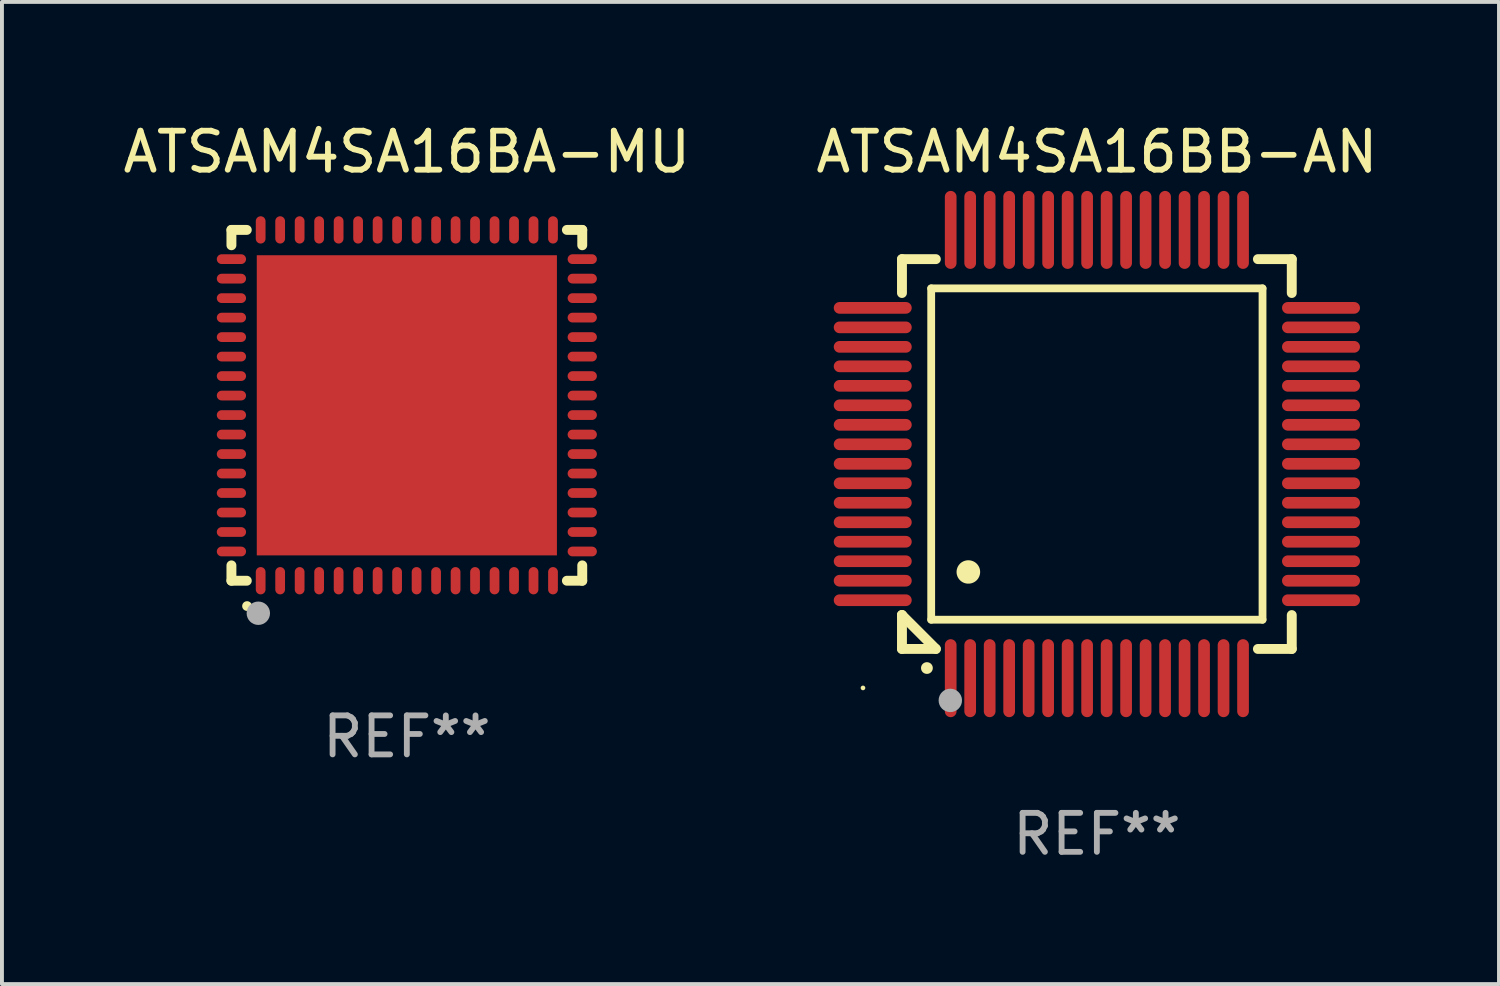
<source format=kicad_pcb>
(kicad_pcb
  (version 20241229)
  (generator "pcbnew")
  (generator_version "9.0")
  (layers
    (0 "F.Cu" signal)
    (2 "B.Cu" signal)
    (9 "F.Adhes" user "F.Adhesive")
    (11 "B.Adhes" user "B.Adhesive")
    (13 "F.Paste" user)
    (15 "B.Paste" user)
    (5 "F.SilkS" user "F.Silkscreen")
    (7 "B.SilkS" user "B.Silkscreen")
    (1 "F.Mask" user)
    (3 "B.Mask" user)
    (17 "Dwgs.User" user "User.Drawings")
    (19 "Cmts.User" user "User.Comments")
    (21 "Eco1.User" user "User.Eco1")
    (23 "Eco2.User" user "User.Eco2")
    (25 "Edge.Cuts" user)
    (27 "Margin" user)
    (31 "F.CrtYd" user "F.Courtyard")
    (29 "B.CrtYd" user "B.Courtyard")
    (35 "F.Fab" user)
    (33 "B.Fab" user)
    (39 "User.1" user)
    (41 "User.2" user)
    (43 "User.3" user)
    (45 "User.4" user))
  (footprint "ATSAM4SA16BA-MU"
    (layer "F.Cu")
    (at 7.387 7.348)
    (property "Reference" "ATSAM4SA16BA-MU" (at 0 -6.5 0) (layer "F.SilkS") (effects (font (size 1 1) (thickness 0.15))))
    (attr through_hole)
    (fp_line (start -4.5 -4.5) (end -4.106 -4.5) (stroke (width 0.254) (type solid)) (layer "F.SilkS"))
    (fp_line (start -4.5 -4.106) (end -4.5 -4.5) (stroke (width 0.254) (type solid)) (layer "F.SilkS"))
    (fp_line (start -4.5 4.5) (end -4.5 4.106) (stroke (width 0.254) (type solid)) (layer "F.SilkS"))
    (fp_line (start -4.106 4.5) (end -4.5 4.5) (stroke (width 0.254) (type solid)) (layer "F.SilkS"))
    (fp_line (start 4.106 -4.5) (end 4.5 -4.5) (stroke (width 0.254) (type solid)) (layer "F.SilkS"))
    (fp_line (start 4.5 -4.5) (end 4.5 -4.106) (stroke (width 0.254) (type solid)) (layer "F.SilkS"))
    (fp_line (start 4.5 4.106) (end 4.5 4.5) (stroke (width 0.254) (type solid)) (layer "F.SilkS"))
    (fp_line (start 4.5 4.5) (end 4.106 4.5) (stroke (width 0.254) (type solid)) (layer "F.SilkS"))
    (fp_arc (start -4.099987 5.149898) (mid -4.098717 5.149892) (end -4.097447 5.149898) (stroke (width 0.24892) (type solid)) (layer "F.SilkS"))
    (fp_circle (center -4.5 4.5) (end -4.47 4.5) (stroke (width 0.06) (type solid)) (fill no) (layer "F.SilkS"))
    (fp_circle (center -3.81 5.334) (end -3.66 5.334) (stroke (width 0.3) (type solid)) (fill no) (layer "F.Fab"))
    (fp_text user "REF**" (at 0 8.5 0) (layer "F.Fab") (effects (font (size 1 1) (thickness 0.15))))
    (pad "1" smd oval (at -3.75 4.5) (size 0.25 0.7) (layers "F.Cu" "F.Mask" "F.Paste"))
    (pad "2" smd oval (at -3.25 4.5) (size 0.25 0.7) (layers "F.Cu" "F.Mask" "F.Paste"))
    (pad "3" smd oval (at -2.75 4.5) (size 0.25 0.7) (layers "F.Cu" "F.Mask" "F.Paste"))
    (pad "4" smd oval (at -2.25 4.5) (size 0.25 0.7) (layers "F.Cu" "F.Mask" "F.Paste"))
    (pad "5" smd oval (at -1.75 4.5) (size 0.25 0.7) (layers "F.Cu" "F.Mask" "F.Paste"))
    (pad "6" smd oval (at -1.25 4.5) (size 0.25 0.7) (layers "F.Cu" "F.Mask" "F.Paste"))
    (pad "7" smd oval (at -0.75 4.5) (size 0.25 0.7) (layers "F.Cu" "F.Mask" "F.Paste"))
    (pad "8" smd oval (at -0.25 4.5) (size 0.25 0.7) (layers "F.Cu" "F.Mask" "F.Paste"))
    (pad "9" smd oval (at 0.25 4.5) (size 0.25 0.7) (layers "F.Cu" "F.Mask" "F.Paste"))
    (pad "10" smd oval (at 0.75 4.5) (size 0.25 0.7) (layers "F.Cu" "F.Mask" "F.Paste"))
    (pad "11" smd oval (at 1.25 4.5) (size 0.25 0.7) (layers "F.Cu" "F.Mask" "F.Paste"))
    (pad "12" smd oval (at 1.75 4.5) (size 0.25 0.7) (layers "F.Cu" "F.Mask" "F.Paste"))
    (pad "13" smd oval (at 2.25 4.5) (size 0.25 0.7) (layers "F.Cu" "F.Mask" "F.Paste"))
    (pad "14" smd oval (at 2.75 4.5) (size 0.25 0.7) (layers "F.Cu" "F.Mask" "F.Paste"))
    (pad "15" smd oval (at 3.25 4.5) (size 0.25 0.7) (layers "F.Cu" "F.Mask" "F.Paste"))
    (pad "16" smd oval (at 3.75 4.5) (size 0.25 0.7) (layers "F.Cu" "F.Mask" "F.Paste"))
    (pad "17" smd oval (at 4.5 3.75) (size 0.75 0.25) (layers "F.Cu" "F.Mask" "F.Paste"))
    (pad "18" smd oval (at 4.5 3.25) (size 0.75 0.25) (layers "F.Cu" "F.Mask" "F.Paste"))
    (pad "19" smd oval (at 4.5 2.75) (size 0.75 0.25) (layers "F.Cu" "F.Mask" "F.Paste"))
    (pad "20" smd oval (at 4.5 2.25) (size 0.75 0.25) (layers "F.Cu" "F.Mask" "F.Paste"))
    (pad "21" smd oval (at 4.5 1.75) (size 0.75 0.25) (layers "F.Cu" "F.Mask" "F.Paste"))
    (pad "22" smd oval (at 4.5 1.25) (size 0.75 0.25) (layers "F.Cu" "F.Mask" "F.Paste"))
    (pad "23" smd oval (at 4.5 0.75) (size 0.75 0.25) (layers "F.Cu" "F.Mask" "F.Paste"))
    (pad "24" smd oval (at 4.5 0.25) (size 0.75 0.25) (layers "F.Cu" "F.Mask" "F.Paste"))
    (pad "25" smd oval (at 4.5 -0.25) (size 0.75 0.25) (layers "F.Cu" "F.Mask" "F.Paste"))
    (pad "26" smd oval (at 4.5 -0.75) (size 0.75 0.25) (layers "F.Cu" "F.Mask" "F.Paste"))
    (pad "27" smd oval (at 4.5 -1.25) (size 0.75 0.25) (layers "F.Cu" "F.Mask" "F.Paste"))
    (pad "28" smd oval (at 4.5 -1.75) (size 0.75 0.25) (layers "F.Cu" "F.Mask" "F.Paste"))
    (pad "29" smd oval (at 4.5 -2.25) (size 0.75 0.25) (layers "F.Cu" "F.Mask" "F.Paste"))
    (pad "30" smd oval (at 4.5 -2.75) (size 0.75 0.25) (layers "F.Cu" "F.Mask" "F.Paste"))
    (pad "31" smd oval (at 4.5 -3.25) (size 0.75 0.25) (layers "F.Cu" "F.Mask" "F.Paste"))
    (pad "32" smd oval (at 4.5 -3.75) (size 0.75 0.25) (layers "F.Cu" "F.Mask" "F.Paste"))
    (pad "33" smd oval (at 3.75 -4.5) (size 0.25 0.7) (layers "F.Cu" "F.Mask" "F.Paste"))
    (pad "34" smd oval (at 3.25 -4.5) (size 0.25 0.7) (layers "F.Cu" "F.Mask" "F.Paste"))
    (pad "35" smd oval (at 2.75 -4.5) (size 0.25 0.7) (layers "F.Cu" "F.Mask" "F.Paste"))
    (pad "36" smd oval (at 2.25 -4.5) (size 0.25 0.7) (layers "F.Cu" "F.Mask" "F.Paste"))
    (pad "37" smd oval (at 1.75 -4.5) (size 0.25 0.7) (layers "F.Cu" "F.Mask" "F.Paste"))
    (pad "38" smd oval (at 1.25 -4.5) (size 0.25 0.7) (layers "F.Cu" "F.Mask" "F.Paste"))
    (pad "39" smd oval (at 0.75 -4.5) (size 0.25 0.7) (layers "F.Cu" "F.Mask" "F.Paste"))
    (pad "40" smd oval (at 0.25 -4.5) (size 0.25 0.7) (layers "F.Cu" "F.Mask" "F.Paste"))
    (pad "41" smd oval (at -0.25 -4.5) (size 0.25 0.7) (layers "F.Cu" "F.Mask" "F.Paste"))
    (pad "42" smd oval (at -0.75 -4.5) (size 0.25 0.7) (layers "F.Cu" "F.Mask" "F.Paste"))
    (pad "43" smd oval (at -1.25 -4.5) (size 0.25 0.7) (layers "F.Cu" "F.Mask" "F.Paste"))
    (pad "44" smd oval (at -1.75 -4.5) (size 0.25 0.7) (layers "F.Cu" "F.Mask" "F.Paste"))
    (pad "45" smd oval (at -2.25 -4.5) (size 0.25 0.7) (layers "F.Cu" "F.Mask" "F.Paste"))
    (pad "46" smd oval (at -2.75 -4.5) (size 0.25 0.7) (layers "F.Cu" "F.Mask" "F.Paste"))
    (pad "47" smd oval (at -3.25 -4.5) (size 0.25 0.7) (layers "F.Cu" "F.Mask" "F.Paste"))
    (pad "48" smd oval (at -3.75 -4.5) (size 0.25 0.7) (layers "F.Cu" "F.Mask" "F.Paste"))
    (pad "49" smd oval (at -4.5 -3.75) (size 0.75 0.25) (layers "F.Cu" "F.Mask" "F.Paste"))
    (pad "50" smd oval (at -4.5 -3.25) (size 0.75 0.25) (layers "F.Cu" "F.Mask" "F.Paste"))
    (pad "51" smd oval (at -4.5 -2.75) (size 0.75 0.25) (layers "F.Cu" "F.Mask" "F.Paste"))
    (pad "52" smd oval (at -4.5 -2.25) (size 0.75 0.25) (layers "F.Cu" "F.Mask" "F.Paste"))
    (pad "53" smd oval (at -4.5 -1.75) (size 0.75 0.25) (layers "F.Cu" "F.Mask" "F.Paste"))
    (pad "54" smd oval (at -4.5 -1.25) (size 0.75 0.25) (layers "F.Cu" "F.Mask" "F.Paste"))
    (pad "55" smd oval (at -4.5 -0.75) (size 0.75 0.25) (layers "F.Cu" "F.Mask" "F.Paste"))
    (pad "56" smd oval (at -4.5 -0.25) (size 0.75 0.25) (layers "F.Cu" "F.Mask" "F.Paste"))
    (pad "57" smd oval (at -4.5 0.25) (size 0.75 0.25) (layers "F.Cu" "F.Mask" "F.Paste"))
    (pad "58" smd oval (at -4.5 0.75) (size 0.75 0.25) (layers "F.Cu" "F.Mask" "F.Paste"))
    (pad "59" smd oval (at -4.5 1.25) (size 0.75 0.25) (layers "F.Cu" "F.Mask" "F.Paste"))
    (pad "60" smd oval (at -4.5 1.75) (size 0.75 0.25) (layers "F.Cu" "F.Mask" "F.Paste"))
    (pad "61" smd oval (at -4.5 2.25) (size 0.75 0.25) (layers "F.Cu" "F.Mask" "F.Paste"))
    (pad "62" smd oval (at -4.5 2.75) (size 0.75 0.25) (layers "F.Cu" "F.Mask" "F.Paste"))
    (pad "63" smd oval (at -4.5 3.25) (size 0.75 0.25) (layers "F.Cu" "F.Mask" "F.Paste"))
    (pad "64" smd oval (at -4.5 3.75) (size 0.75 0.25) (layers "F.Cu" "F.Mask" "F.Paste"))
    (pad "65" smd rect (at 0.000394 -0.000013) (size 7.7 7.7) (layers "F.Cu" "F.Mask" "F.Paste")))
  (footprint "ATSAM4SA16BB-AN"
    (layer "F.Cu")
    (at 25.089 8.598)
    (property "Reference" "ATSAM4SA16BB-AN" (at 0 -7.75 0) (layer "F.SilkS") (effects (font (size 1 1) (thickness 0.15))))
    (attr through_hole)
    (fp_line (start -5 -5) (end -4.131 -5) (stroke (width 0.254) (type solid)) (layer "F.SilkS"))
    (fp_line (start -5 -4.131) (end -5 -5) (stroke (width 0.254) (type solid)) (layer "F.SilkS"))
    (fp_line (start -5 4.131) (end -5 4.131) (stroke (width 0.254) (type solid)) (layer "F.SilkS"))
    (fp_line (start -5 5) (end -5 4.131) (stroke (width 0.254) (type solid)) (layer "F.SilkS"))
    (fp_line (start -5 4.131) (end -4.131 5) (stroke (width 0.254) (type solid)) (layer "F.SilkS"))
    (fp_line (start -4.25 -4.25) (end -4.25 4.25) (stroke (width 0.2) (type solid)) (layer "F.SilkS"))
    (fp_line (start -4.25 4.25) (end 4.25 4.25) (stroke (width 0.2) (type solid)) (layer "F.SilkS"))
    (fp_line (start -4.131 5) (end -5 5) (stroke (width 0.254) (type solid)) (layer "F.SilkS"))
    (fp_line (start 4.25 -4.25) (end -4.25 -4.25) (stroke (width 0.2) (type solid)) (layer "F.SilkS"))
    (fp_line (start 4.25 4.25) (end 4.25 -4.25) (stroke (width 0.2) (type solid)) (layer "F.SilkS"))
    (fp_line (start 5 -5) (end 4.131 -5) (stroke (width 0.254) (type solid)) (layer "F.SilkS"))
    (fp_line (start 5 -5) (end 5 -4.131) (stroke (width 0.254) (type solid)) (layer "F.SilkS"))
    (fp_line (start 5 4.131) (end 5 5) (stroke (width 0.254) (type solid)) (layer "F.SilkS"))
    (fp_line (start 5 5) (end 4.131 5) (stroke (width 0.254) (type solid)) (layer "F.SilkS"))
    (fp_arc (start -4.361265 5.489992) (mid -4.359995 5.489987) (end -4.358725 5.489992) (stroke (width 0.3) (type solid)) (layer "F.SilkS"))
    (fp_arc (start -3.299467 3.025146) (mid -3.296927 3.025135) (end -3.294387 3.025146) (stroke (width 0.6) (type solid)) (layer "F.SilkS"))
    (fp_circle (center -6 6) (end -5.97 6) (stroke (width 0.06) (type solid)) (fill no) (layer "F.SilkS"))
    (fp_circle (center -3.76 6.32) (end -3.61 6.32) (stroke (width 0.3) (type solid)) (fill no) (layer "F.Fab"))
    (fp_text user "REF**" (at 0 9.75 0) (layer "F.Fab") (effects (font (size 1 1) (thickness 0.15))))
    (pad "1" smd oval (at -3.75 5.75) (size 0.3 2) (layers "F.Cu" "F.Mask" "F.Paste"))
    (pad "2" smd oval (at -3.25 5.75) (size 0.3 2) (layers "F.Cu" "F.Mask" "F.Paste"))
    (pad "3" smd oval (at -2.75 5.75) (size 0.3 2) (layers "F.Cu" "F.Mask" "F.Paste"))
    (pad "4" smd oval (at -2.25 5.75) (size 0.3 2) (layers "F.Cu" "F.Mask" "F.Paste"))
    (pad "5" smd oval (at -1.75 5.75) (size 0.3 2) (layers "F.Cu" "F.Mask" "F.Paste"))
    (pad "6" smd oval (at -1.25 5.75) (size 0.3 2) (layers "F.Cu" "F.Mask" "F.Paste"))
    (pad "7" smd oval (at -0.75 5.75) (size 0.3 2) (layers "F.Cu" "F.Mask" "F.Paste"))
    (pad "8" smd oval (at -0.25 5.75) (size 0.3 2) (layers "F.Cu" "F.Mask" "F.Paste"))
    (pad "9" smd oval (at 0.25 5.75) (size 0.3 2) (layers "F.Cu" "F.Mask" "F.Paste"))
    (pad "10" smd oval (at 0.75 5.75) (size 0.3 2) (layers "F.Cu" "F.Mask" "F.Paste"))
    (pad "11" smd oval (at 1.25 5.75) (size 0.3 2) (layers "F.Cu" "F.Mask" "F.Paste"))
    (pad "12" smd oval (at 1.75 5.75) (size 0.3 2) (layers "F.Cu" "F.Mask" "F.Paste"))
    (pad "13" smd oval (at 2.25 5.75) (size 0.3 2) (layers "F.Cu" "F.Mask" "F.Paste"))
    (pad "14" smd oval (at 2.75 5.75) (size 0.3 2) (layers "F.Cu" "F.Mask" "F.Paste"))
    (pad "15" smd oval (at 3.25 5.75) (size 0.3 2) (layers "F.Cu" "F.Mask" "F.Paste"))
    (pad "16" smd oval (at 3.75 5.75) (size 0.3 2) (layers "F.Cu" "F.Mask" "F.Paste"))
    (pad "17" smd oval (at 5.75 3.75) (size 2 0.3) (layers "F.Cu" "F.Mask" "F.Paste"))
    (pad "18" smd oval (at 5.75 3.25) (size 2 0.3) (layers "F.Cu" "F.Mask" "F.Paste"))
    (pad "19" smd oval (at 5.75 2.75) (size 2 0.3) (layers "F.Cu" "F.Mask" "F.Paste"))
    (pad "20" smd oval (at 5.75 2.25) (size 2 0.3) (layers "F.Cu" "F.Mask" "F.Paste"))
    (pad "21" smd oval (at 5.75 1.75) (size 2 0.3) (layers "F.Cu" "F.Mask" "F.Paste"))
    (pad "22" smd oval (at 5.75 1.25) (size 2 0.3) (layers "F.Cu" "F.Mask" "F.Paste"))
    (pad "23" smd oval (at 5.75 0.75) (size 2 0.3) (layers "F.Cu" "F.Mask" "F.Paste"))
    (pad "24" smd oval (at 5.75 0.25) (size 2 0.3) (layers "F.Cu" "F.Mask" "F.Paste"))
    (pad "25" smd oval (at 5.75 -0.25) (size 2 0.3) (layers "F.Cu" "F.Mask" "F.Paste"))
    (pad "26" smd oval (at 5.75 -0.75) (size 2 0.3) (layers "F.Cu" "F.Mask" "F.Paste"))
    (pad "27" smd oval (at 5.75 -1.25) (size 2 0.3) (layers "F.Cu" "F.Mask" "F.Paste"))
    (pad "28" smd oval (at 5.75 -1.75) (size 2 0.3) (layers "F.Cu" "F.Mask" "F.Paste"))
    (pad "29" smd oval (at 5.75 -2.25) (size 2 0.3) (layers "F.Cu" "F.Mask" "F.Paste"))
    (pad "30" smd oval (at 5.75 -2.75) (size 2 0.3) (layers "F.Cu" "F.Mask" "F.Paste"))
    (pad "31" smd oval (at 5.75 -3.25) (size 2 0.3) (layers "F.Cu" "F.Mask" "F.Paste"))
    (pad "32" smd oval (at 5.75 -3.75) (size 2 0.3) (layers "F.Cu" "F.Mask" "F.Paste"))
    (pad "33" smd oval (at 3.75 -5.75) (size 0.3 2) (layers "F.Cu" "F.Mask" "F.Paste"))
    (pad "34" smd oval (at 3.25 -5.75) (size 0.3 2) (layers "F.Cu" "F.Mask" "F.Paste"))
    (pad "35" smd oval (at 2.75 -5.75) (size 0.3 2) (layers "F.Cu" "F.Mask" "F.Paste"))
    (pad "36" smd oval (at 2.25 -5.75) (size 0.3 2) (layers "F.Cu" "F.Mask" "F.Paste"))
    (pad "37" smd oval (at 1.75 -5.75) (size 0.3 2) (layers "F.Cu" "F.Mask" "F.Paste"))
    (pad "38" smd oval (at 1.25 -5.75) (size 0.3 2) (layers "F.Cu" "F.Mask" "F.Paste"))
    (pad "39" smd oval (at 0.75 -5.75) (size 0.3 2) (layers "F.Cu" "F.Mask" "F.Paste"))
    (pad "40" smd oval (at 0.25 -5.75) (size 0.3 2) (layers "F.Cu" "F.Mask" "F.Paste"))
    (pad "41" smd oval (at -0.25 -5.75) (size 0.3 2) (layers "F.Cu" "F.Mask" "F.Paste"))
    (pad "42" smd oval (at -0.75 -5.75) (size 0.3 2) (layers "F.Cu" "F.Mask" "F.Paste"))
    (pad "43" smd oval (at -1.25 -5.75) (size 0.3 2) (layers "F.Cu" "F.Mask" "F.Paste"))
    (pad "44" smd oval (at -1.75 -5.75) (size 0.3 2) (layers "F.Cu" "F.Mask" "F.Paste"))
    (pad "45" smd oval (at -2.25 -5.75) (size 0.3 2) (layers "F.Cu" "F.Mask" "F.Paste"))
    (pad "46" smd oval (at -2.75 -5.75) (size 0.3 2) (layers "F.Cu" "F.Mask" "F.Paste"))
    (pad "47" smd oval (at -3.25 -5.75) (size 0.3 2) (layers "F.Cu" "F.Mask" "F.Paste"))
    (pad "48" smd oval (at -3.75 -5.75) (size 0.3 2) (layers "F.Cu" "F.Mask" "F.Paste"))
    (pad "49" smd oval (at -5.75 -3.75) (size 2 0.3) (layers "F.Cu" "F.Mask" "F.Paste"))
    (pad "50" smd oval (at -5.75 -3.25) (size 2 0.3) (layers "F.Cu" "F.Mask" "F.Paste"))
    (pad "51" smd oval (at -5.75 -2.75) (size 2 0.3) (layers "F.Cu" "F.Mask" "F.Paste"))
    (pad "52" smd oval (at -5.75 -2.25) (size 2 0.3) (layers "F.Cu" "F.Mask" "F.Paste"))
    (pad "53" smd oval (at -5.75 -1.75) (size 2 0.3) (layers "F.Cu" "F.Mask" "F.Paste"))
    (pad "54" smd oval (at -5.75 -1.25) (size 2 0.3) (layers "F.Cu" "F.Mask" "F.Paste"))
    (pad "55" smd oval (at -5.75 -0.75) (size 2 0.3) (layers "F.Cu" "F.Mask" "F.Paste"))
    (pad "56" smd oval (at -5.75 -0.25) (size 2 0.3) (layers "F.Cu" "F.Mask" "F.Paste"))
    (pad "57" smd oval (at -5.75 0.25) (size 2 0.3) (layers "F.Cu" "F.Mask" "F.Paste"))
    (pad "58" smd oval (at -5.75 0.75) (size 2 0.3) (layers "F.Cu" "F.Mask" "F.Paste"))
    (pad "59" smd oval (at -5.75 1.25) (size 2 0.3) (layers "F.Cu" "F.Mask" "F.Paste"))
    (pad "60" smd oval (at -5.75 1.75) (size 2 0.3) (layers "F.Cu" "F.Mask" "F.Paste"))
    (pad "61" smd oval (at -5.75 2.25) (size 2 0.3) (layers "F.Cu" "F.Mask" "F.Paste"))
    (pad "62" smd oval (at -5.75 2.75) (size 2 0.3) (layers "F.Cu" "F.Mask" "F.Paste"))
    (pad "63" smd oval (at -5.75 3.25) (size 2 0.3) (layers "F.Cu" "F.Mask" "F.Paste"))
    (pad "64" smd oval (at -5.75 3.75) (size 2 0.3) (layers "F.Cu" "F.Mask" "F.Paste")))
  (gr_rect
    (start -3 -3)
    (end 35.405 22.196)
    (stroke (width 0.1) (type default))
    (fill no)
    (layer "Edge.Cuts")))
</source>
